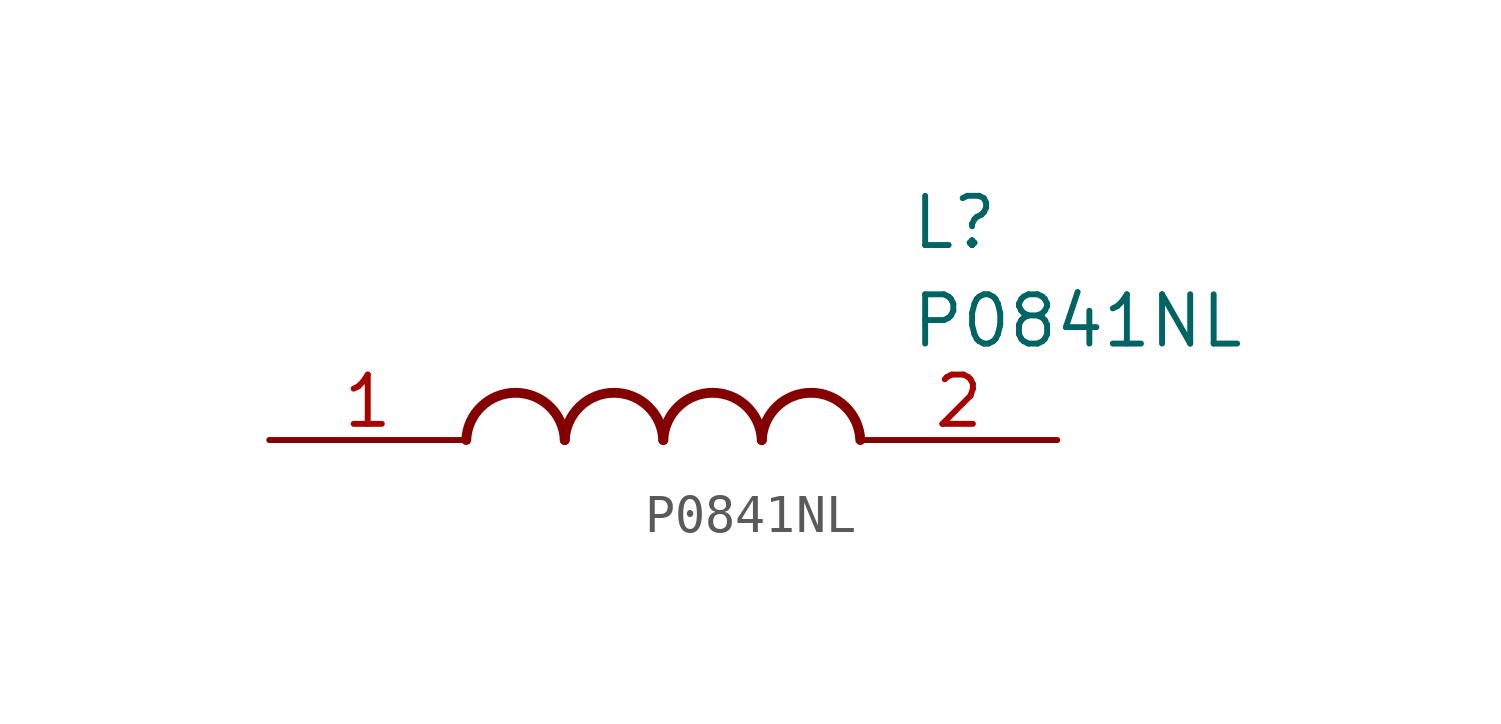
<source format=kicad_sym>
(kicad_symbol_lib
  (version 20211014)
  (generator SamacSys_ECAD_Model)
  (symbol "P0841NL"
    (pin_names hide)
    (property "Reference" "L"
      (at 16.51 6.35 0)
      (effects (font (size 1.27 1.27)) (justify left top)))
    (property "Value" "P0841NL"
      (at 16.51 3.81 0)
      (effects (font (size 1.27 1.27)) (justify left top)))
    (arc
      (start 7.62 0)
      (mid 6.35 1.219)
      (end 5.08 0)
      (stroke (width 0.254) (type default))
      (fill (type none)))
    (arc
      (start 10.16 0)
      (mid 8.89 1.219)
      (end 7.62 0)
      (stroke (width 0.254) (type default))
      (fill (type none)))
    (arc
      (start 12.7 0)
      (mid 11.43 1.219)
      (end 10.16 0)
      (stroke (width 0.254) (type default))
      (fill (type none)))
    (arc
      (start 15.24 0)
      (mid 13.97 1.219)
      (end 12.7 0)
      (stroke (width 0.254) (type default))
      (fill (type none)))
    (pin passive line
      (at 0 0 0)
      (length 5.08)
      (name "1" (effects (font (size 1.27 1.27))))
      (number "1" (effects (font (size 1.27 1.27)))))
    (pin passive line
      (at 20.32 0 180)
      (length 5.08)
      (name "2" (effects (font (size 1.27 1.27))))
      (number "2" (effects (font (size 1.27 1.27)))))))
</source>
